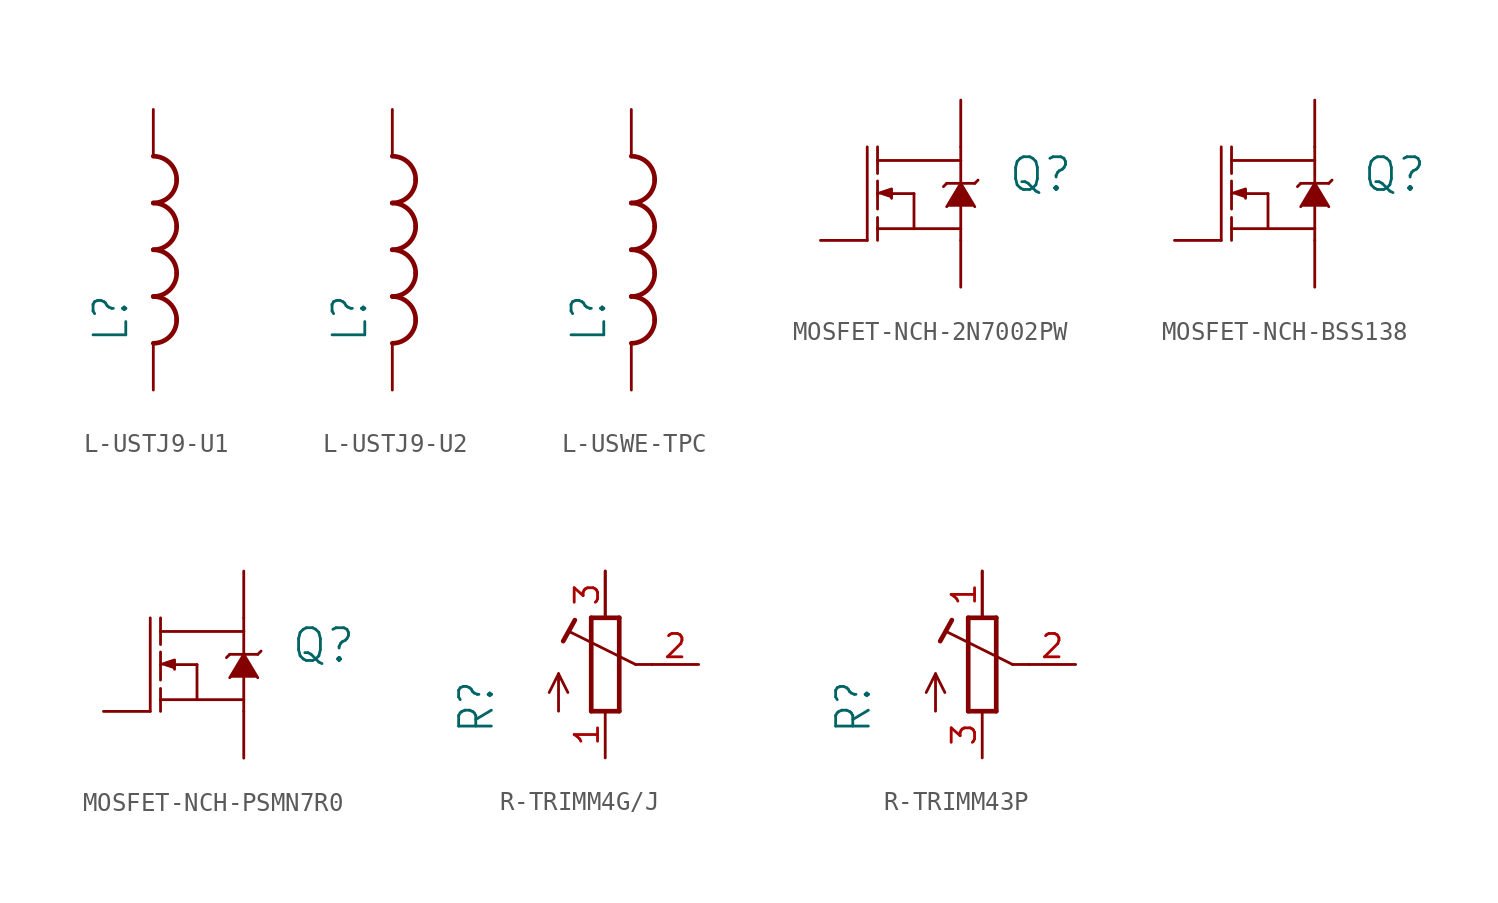
<source format=kicad_sym>
(kicad_symbol_lib
  (version 20231120)
  (generator "kicad_symbol_editor")
  (generator_version "8.0")
  (symbol "L-USTJ9-U1"
    (property "Reference" "L"
      (at -1.27 -5.08 90)
      (effects (font (size 1.778 1.511)) (justify left bottom)))
    (property "Value" ""
      (at 3.81 -5.08 90)
      (effects (font (size 1.778 1.511)) (justify left bottom)))
    (property "ki_locked" ""
      (at 0 0 0)
      (effects (font (size 1.27 1.27))))
    (symbol "L-USTJ9-U1_1_0"
      (arc (start 0 -5.08) (mid 0.898 -4.708) (end 1.27 -3.81) (stroke (width 0.254) (type solid)) (fill (type none)))
      (arc (start 0 -2.54) (mid 0.898 -2.168) (end 1.27 -1.27) (stroke (width 0.254) (type solid)) (fill (type none)))
      (arc (start 0 0) (mid 0.898 0.372) (end 1.27 1.27) (stroke (width 0.254) (type solid)) (fill (type none)))
      (arc (start 0 2.54) (mid 0.898 2.912) (end 1.27 3.81) (stroke (width 0.254) (type solid)) (fill (type none)))
      (arc (start 1.27 -3.81) (mid 0.898 -2.912) (end 0 -2.54) (stroke (width 0.254) (type solid)) (fill (type none)))
      (arc (start 1.27 -1.27) (mid 0.898 -0.372) (end 0 0) (stroke (width 0.254) (type solid)) (fill (type none)))
      (arc (start 1.27 1.27) (mid 0.898 2.168) (end 0 2.54) (stroke (width 0.254) (type solid)) (fill (type none)))
      (arc (start 1.27 3.81) (mid 0.898 4.708) (end 0 5.08) (stroke (width 0.254) (type solid)) (fill (type none)))
      (pin passive line (at 0 7.62 270) (length 2.54) (name "1" (effects (font (size 0 0)))) (number "1" (effects (font (size 0 0)))))
      (pin passive line (at 0 -7.62 90) (length 2.54) (name "2" (effects (font (size 0 0)))) (number "2" (effects (font (size 0 0)))))))
  (symbol "L-USTJ9-U2"
    (property "Reference" "L"
      (at -1.27 -5.08 90)
      (effects (font (size 1.778 1.511)) (justify left bottom)))
    (property "Value" ""
      (at 3.81 -5.08 90)
      (effects (font (size 1.778 1.511)) (justify left bottom)))
    (property "ki_locked" ""
      (at 0 0 0)
      (effects (font (size 1.27 1.27))))
    (symbol "L-USTJ9-U2_1_0"
      (arc (start 0 -5.08) (mid 0.898 -4.708) (end 1.27 -3.81) (stroke (width 0.254) (type solid)) (fill (type none)))
      (arc (start 0 -2.54) (mid 0.898 -2.168) (end 1.27 -1.27) (stroke (width 0.254) (type solid)) (fill (type none)))
      (arc (start 0 0) (mid 0.898 0.372) (end 1.27 1.27) (stroke (width 0.254) (type solid)) (fill (type none)))
      (arc (start 0 2.54) (mid 0.898 2.912) (end 1.27 3.81) (stroke (width 0.254) (type solid)) (fill (type none)))
      (arc (start 1.27 -3.81) (mid 0.898 -2.912) (end 0 -2.54) (stroke (width 0.254) (type solid)) (fill (type none)))
      (arc (start 1.27 -1.27) (mid 0.898 -0.372) (end 0 0) (stroke (width 0.254) (type solid)) (fill (type none)))
      (arc (start 1.27 1.27) (mid 0.898 2.168) (end 0 2.54) (stroke (width 0.254) (type solid)) (fill (type none)))
      (arc (start 1.27 3.81) (mid 0.898 4.708) (end 0 5.08) (stroke (width 0.254) (type solid)) (fill (type none)))
      (pin passive line (at 0 7.62 270) (length 2.54) (name "1" (effects (font (size 0 0)))) (number "1" (effects (font (size 0 0)))))
      (pin passive line (at 0 -7.62 90) (length 2.54) (name "2" (effects (font (size 0 0)))) (number "2" (effects (font (size 0 0)))))))
  (symbol "L-USWE-TPC"
    (property "Reference" "L"
      (at -1.27 -5.08 90)
      (effects (font (size 1.778 1.511)) (justify left bottom)))
    (property "Value" ""
      (at 3.81 -5.08 90)
      (effects (font (size 1.778 1.511)) (justify left bottom)))
    (property "ki_locked" ""
      (at 0 0 0)
      (effects (font (size 1.27 1.27))))
    (symbol "L-USWE-TPC_1_0"
      (arc (start 0 -5.08) (mid 0.898 -4.708) (end 1.27 -3.81) (stroke (width 0.254) (type solid)) (fill (type none)))
      (arc (start 0 -2.54) (mid 0.898 -2.168) (end 1.27 -1.27) (stroke (width 0.254) (type solid)) (fill (type none)))
      (arc (start 0 0) (mid 0.898 0.372) (end 1.27 1.27) (stroke (width 0.254) (type solid)) (fill (type none)))
      (arc (start 0 2.54) (mid 0.898 2.912) (end 1.27 3.81) (stroke (width 0.254) (type solid)) (fill (type none)))
      (arc (start 1.27 -3.81) (mid 0.898 -2.912) (end 0 -2.54) (stroke (width 0.254) (type solid)) (fill (type none)))
      (arc (start 1.27 -1.27) (mid 0.898 -0.372) (end 0 0) (stroke (width 0.254) (type solid)) (fill (type none)))
      (arc (start 1.27 1.27) (mid 0.898 2.168) (end 0 2.54) (stroke (width 0.254) (type solid)) (fill (type none)))
      (arc (start 1.27 3.81) (mid 0.898 4.708) (end 0 5.08) (stroke (width 0.254) (type solid)) (fill (type none)))
      (pin passive line (at 0 7.62 270) (length 2.54) (name "1" (effects (font (size 0 0)))) (number "1" (effects (font (size 0 0)))))
      (pin passive line (at 0 -7.62 90) (length 2.54) (name "2" (effects (font (size 0 0)))) (number "2" (effects (font (size 0 0)))))))
  (symbol "MOSFET-NCH-2N7002PW"
    (property "Reference" "Q"
      (at 5.08 0 0)
      (effects (font (size 1.778 1.778)) (justify left bottom)))
    (property "Value" ""
      (at 5.08 -2.54 0)
      (effects (font (size 1.778 1.778)) (justify left bottom)))
    (property "ki_locked" ""
      (at 0 0 0)
      (effects (font (size 1.27 1.27))))
    (symbol "MOSFET-NCH-2N7002PW_1_0"
      (polyline (pts (xy -2.54 -2.54) (xy -2.54 2.54)) (stroke (width 0.152) (type solid)) (fill (type none)))
      (polyline (pts (xy -1.981 -1.905) (xy -1.981 -2.54)) (stroke (width 0.152) (type solid)) (fill (type none)))
      (polyline (pts (xy -1.981 -1.905) (xy 0 -1.905)) (stroke (width 0.152) (type solid)) (fill (type none)))
      (polyline (pts (xy -1.981 -1.295) (xy -1.981 -1.905)) (stroke (width 0.152) (type solid)) (fill (type none)))
      (polyline (pts (xy -1.981 0.686) (xy -1.981 -0.838)) (stroke (width 0.152) (type solid)) (fill (type none)))
      (polyline (pts (xy -1.981 1.803) (xy -1.981 1.092)) (stroke (width 0.152) (type solid)) (fill (type none)))
      (polyline (pts (xy -1.981 1.803) (xy 2.54 1.803)) (stroke (width 0.152) (type solid)) (fill (type none)))
      (polyline (pts (xy -1.981 2.54) (xy -1.981 1.803)) (stroke (width 0.152) (type solid)) (fill (type none)))
      (polyline (pts (xy 0 -1.905) (xy 0 0)) (stroke (width 0.152) (type solid)) (fill (type none)))
      (polyline (pts (xy 0 0) (xy -1.219 0)) (stroke (width 0.152) (type solid)) (fill (type none)))
      (polyline (pts (xy 1.6 0.381) (xy 1.778 0.559)) (stroke (width 0.152) (type solid)) (fill (type none)))
      (polyline (pts (xy 2.54 -2.54) (xy 2.54 -1.905)) (stroke (width 0.152) (type solid)) (fill (type none)))
      (polyline (pts (xy 2.54 -1.905) (xy 0 -1.905)) (stroke (width 0.152) (type solid)) (fill (type none)))
      (polyline (pts (xy 2.54 -0.711) (xy 2.54 -1.905)) (stroke (width 0.152) (type solid)) (fill (type none)))
      (polyline (pts (xy 2.54 0.559) (xy 1.778 0.559)) (stroke (width 0.152) (type solid)) (fill (type none)))
      (polyline (pts (xy 2.54 0.559) (xy 3.302 0.559)) (stroke (width 0.152) (type solid)) (fill (type none)))
      (polyline (pts (xy 2.54 1.803) (xy 2.54 0.559)) (stroke (width 0.152) (type solid)) (fill (type none)))
      (polyline (pts (xy 2.54 2.54) (xy 2.54 1.803)) (stroke (width 0.152) (type solid)) (fill (type none)))
      (polyline (pts (xy 3.302 0.559) (xy 3.48 0.737)) (stroke (width 0.152) (type solid)) (fill (type none)))
      (polyline (pts (xy -1.981 0) (xy -1.219 0.254) (xy -1.219 -0.254)) (stroke (width 0.152) (type solid)) (fill (type outline)))
      (polyline (pts (xy 1.778 -0.711) (xy 2.54 0.559) (xy 3.302 -0.711)) (stroke (width 0.152) (type solid)) (fill (type outline)))
      (pin bidirectional line (at -5.08 -2.54 0) (length 2.54) (name "G" (effects (font (size 0 0)))) (number "1" (effects (font (size 0 0)))))
      (pin bidirectional line (at 2.54 -5.08 90) (length 2.54) (name "S" (effects (font (size 0 0)))) (number "2" (effects (font (size 0 0)))))
      (pin bidirectional line (at 2.54 5.08 270) (length 2.54) (name "D" (effects (font (size 0 0)))) (number "3" (effects (font (size 0 0)))))))
  (symbol "MOSFET-NCH-BSS138"
    (property "Reference" "Q"
      (at 5.08 0 0)
      (effects (font (size 1.778 1.778)) (justify left bottom)))
    (property "Value" ""
      (at 5.08 -2.54 0)
      (effects (font (size 1.778 1.778)) (justify left bottom)))
    (property "ki_locked" ""
      (at 0 0 0)
      (effects (font (size 1.27 1.27))))
    (symbol "MOSFET-NCH-BSS138_1_0"
      (polyline (pts (xy -2.54 -2.54) (xy -2.54 2.54)) (stroke (width 0.152) (type solid)) (fill (type none)))
      (polyline (pts (xy -1.981 -1.905) (xy -1.981 -2.54)) (stroke (width 0.152) (type solid)) (fill (type none)))
      (polyline (pts (xy -1.981 -1.905) (xy 0 -1.905)) (stroke (width 0.152) (type solid)) (fill (type none)))
      (polyline (pts (xy -1.981 -1.295) (xy -1.981 -1.905)) (stroke (width 0.152) (type solid)) (fill (type none)))
      (polyline (pts (xy -1.981 0.686) (xy -1.981 -0.838)) (stroke (width 0.152) (type solid)) (fill (type none)))
      (polyline (pts (xy -1.981 1.803) (xy -1.981 1.092)) (stroke (width 0.152) (type solid)) (fill (type none)))
      (polyline (pts (xy -1.981 1.803) (xy 2.54 1.803)) (stroke (width 0.152) (type solid)) (fill (type none)))
      (polyline (pts (xy -1.981 2.54) (xy -1.981 1.803)) (stroke (width 0.152) (type solid)) (fill (type none)))
      (polyline (pts (xy 0 -1.905) (xy 0 0)) (stroke (width 0.152) (type solid)) (fill (type none)))
      (polyline (pts (xy 0 0) (xy -1.219 0)) (stroke (width 0.152) (type solid)) (fill (type none)))
      (polyline (pts (xy 1.6 0.381) (xy 1.778 0.559)) (stroke (width 0.152) (type solid)) (fill (type none)))
      (polyline (pts (xy 2.54 -2.54) (xy 2.54 -1.905)) (stroke (width 0.152) (type solid)) (fill (type none)))
      (polyline (pts (xy 2.54 -1.905) (xy 0 -1.905)) (stroke (width 0.152) (type solid)) (fill (type none)))
      (polyline (pts (xy 2.54 -0.711) (xy 2.54 -1.905)) (stroke (width 0.152) (type solid)) (fill (type none)))
      (polyline (pts (xy 2.54 0.559) (xy 1.778 0.559)) (stroke (width 0.152) (type solid)) (fill (type none)))
      (polyline (pts (xy 2.54 0.559) (xy 3.302 0.559)) (stroke (width 0.152) (type solid)) (fill (type none)))
      (polyline (pts (xy 2.54 1.803) (xy 2.54 0.559)) (stroke (width 0.152) (type solid)) (fill (type none)))
      (polyline (pts (xy 2.54 2.54) (xy 2.54 1.803)) (stroke (width 0.152) (type solid)) (fill (type none)))
      (polyline (pts (xy 3.302 0.559) (xy 3.48 0.737)) (stroke (width 0.152) (type solid)) (fill (type none)))
      (polyline (pts (xy -1.981 0) (xy -1.219 0.254) (xy -1.219 -0.254)) (stroke (width 0.152) (type solid)) (fill (type outline)))
      (polyline (pts (xy 1.778 -0.711) (xy 2.54 0.559) (xy 3.302 -0.711)) (stroke (width 0.152) (type solid)) (fill (type outline)))
      (pin bidirectional line (at -5.08 -2.54 0) (length 2.54) (name "G" (effects (font (size 0 0)))) (number "1" (effects (font (size 0 0)))))
      (pin bidirectional line (at 2.54 -5.08 90) (length 2.54) (name "S" (effects (font (size 0 0)))) (number "2" (effects (font (size 0 0)))))
      (pin bidirectional line (at 2.54 5.08 270) (length 2.54) (name "D" (effects (font (size 0 0)))) (number "3" (effects (font (size 0 0)))))))
  (symbol "MOSFET-NCH-PSMN7R0"
    (property "Reference" "Q"
      (at 5.08 0 0)
      (effects (font (size 1.778 1.778)) (justify left bottom)))
    (property "Value" ""
      (at 5.08 -2.54 0)
      (effects (font (size 1.778 1.778)) (justify left bottom)))
    (property "ki_locked" ""
      (at 0 0 0)
      (effects (font (size 1.27 1.27))))
    (symbol "MOSFET-NCH-PSMN7R0_1_0"
      (polyline (pts (xy -2.54 -2.54) (xy -2.54 2.54)) (stroke (width 0.152) (type solid)) (fill (type none)))
      (polyline (pts (xy -1.981 -1.905) (xy -1.981 -2.54)) (stroke (width 0.152) (type solid)) (fill (type none)))
      (polyline (pts (xy -1.981 -1.905) (xy 0 -1.905)) (stroke (width 0.152) (type solid)) (fill (type none)))
      (polyline (pts (xy -1.981 -1.295) (xy -1.981 -1.905)) (stroke (width 0.152) (type solid)) (fill (type none)))
      (polyline (pts (xy -1.981 0.686) (xy -1.981 -0.838)) (stroke (width 0.152) (type solid)) (fill (type none)))
      (polyline (pts (xy -1.981 1.803) (xy -1.981 1.092)) (stroke (width 0.152) (type solid)) (fill (type none)))
      (polyline (pts (xy -1.981 1.803) (xy 2.54 1.803)) (stroke (width 0.152) (type solid)) (fill (type none)))
      (polyline (pts (xy -1.981 2.54) (xy -1.981 1.803)) (stroke (width 0.152) (type solid)) (fill (type none)))
      (polyline (pts (xy 0 -1.905) (xy 0 0)) (stroke (width 0.152) (type solid)) (fill (type none)))
      (polyline (pts (xy 0 0) (xy -1.219 0)) (stroke (width 0.152) (type solid)) (fill (type none)))
      (polyline (pts (xy 1.6 0.381) (xy 1.778 0.559)) (stroke (width 0.152) (type solid)) (fill (type none)))
      (polyline (pts (xy 2.54 -2.54) (xy 2.54 -1.905)) (stroke (width 0.152) (type solid)) (fill (type none)))
      (polyline (pts (xy 2.54 -1.905) (xy 0 -1.905)) (stroke (width 0.152) (type solid)) (fill (type none)))
      (polyline (pts (xy 2.54 -0.711) (xy 2.54 -1.905)) (stroke (width 0.152) (type solid)) (fill (type none)))
      (polyline (pts (xy 2.54 0.559) (xy 1.778 0.559)) (stroke (width 0.152) (type solid)) (fill (type none)))
      (polyline (pts (xy 2.54 0.559) (xy 3.302 0.559)) (stroke (width 0.152) (type solid)) (fill (type none)))
      (polyline (pts (xy 2.54 1.803) (xy 2.54 0.559)) (stroke (width 0.152) (type solid)) (fill (type none)))
      (polyline (pts (xy 2.54 2.54) (xy 2.54 1.803)) (stroke (width 0.152) (type solid)) (fill (type none)))
      (polyline (pts (xy 3.302 0.559) (xy 3.48 0.737)) (stroke (width 0.152) (type solid)) (fill (type none)))
      (polyline (pts (xy -1.981 0) (xy -1.219 0.254) (xy -1.219 -0.254)) (stroke (width 0.152) (type solid)) (fill (type outline)))
      (polyline (pts (xy 1.778 -0.711) (xy 2.54 0.559) (xy 3.302 -0.711)) (stroke (width 0.152) (type solid)) (fill (type outline)))
      (pin bidirectional line (at -5.08 -2.54 0) (length 2.54) (name "G" (effects (font (size 0 0)))) (number "1" (effects (font (size 0 0)))))
      (pin bidirectional line (at 2.54 5.08 270) (length 2.54) (name "D" (effects (font (size 0 0)))) (number "2" (effects (font (size 0 0)))))
      (pin bidirectional line (at 2.54 -5.08 90) (length 2.54) (name "S" (effects (font (size 0 0)))) (number "3" (effects (font (size 0 0)))))))
  (symbol "R-TRIMM4G/J"
    (property "Reference" "R"
      (at -5.969 -3.81 90)
      (effects (font (size 1.778 1.511)) (justify left bottom)))
    (property "Value" ""
      (at -3.81 -3.81 90)
      (effects (font (size 1.778 1.511)) (justify left bottom)))
    (property "ki_locked" ""
      (at 0 0 0)
      (effects (font (size 1.27 1.27))))
    (symbol "R-TRIMM4G/J_1_0"
      (polyline (pts (xy -2.54 -2.54) (xy -2.54 -0.508)) (stroke (width 0.152) (type solid)) (fill (type none)))
      (polyline (pts (xy -2.54 -0.508) (xy -3.048 -1.524)) (stroke (width 0.152) (type solid)) (fill (type none)))
      (polyline (pts (xy -2.54 -0.508) (xy -2.032 -1.524)) (stroke (width 0.152) (type solid)) (fill (type none)))
      (polyline (pts (xy -2.286 1.27) (xy -1.651 2.413)) (stroke (width 0.254) (type solid)) (fill (type none)))
      (polyline (pts (xy -0.762 -2.54) (xy 0.762 -2.54)) (stroke (width 0.254) (type solid)) (fill (type none)))
      (polyline (pts (xy -0.762 2.54) (xy -0.762 -2.54)) (stroke (width 0.254) (type solid)) (fill (type none)))
      (polyline (pts (xy 0 2.54) (xy -0.762 2.54)) (stroke (width 0.254) (type solid)) (fill (type none)))
      (polyline (pts (xy 0 2.54) (xy 0 5.08)) (stroke (width 0.152) (type solid)) (fill (type none)))
      (polyline (pts (xy 0.762 -2.54) (xy 0.762 2.54)) (stroke (width 0.254) (type solid)) (fill (type none)))
      (polyline (pts (xy 0.762 2.54) (xy 0 2.54)) (stroke (width 0.254) (type solid)) (fill (type none)))
      (polyline (pts (xy 1.651 0) (xy -1.88 1.753)) (stroke (width 0.152) (type solid)) (fill (type none)))
      (polyline (pts (xy 2.54 0) (xy 1.651 0)) (stroke (width 0.152) (type solid)) (fill (type none)))
      (pin passive line (at 0 -5.08 90) (length 2.54) (name "A" (effects (font (size 0 0)))) (number "1" (effects (font (size 1.27 1.27)))))
      (pin passive line (at 5.08 0 180) (length 2.54) (name "S" (effects (font (size 0 0)))) (number "2" (effects (font (size 1.27 1.27)))))
      (pin passive line (at 0 5.08 270) (length 2.54) (name "E" (effects (font (size 0 0)))) (number "3" (effects (font (size 1.27 1.27)))))))
  (symbol "R-TRIMM43P"
    (property "Reference" "R"
      (at -5.969 -3.81 90)
      (effects (font (size 1.778 1.511)) (justify left bottom)))
    (property "Value" ""
      (at -3.81 -3.81 90)
      (effects (font (size 1.778 1.511)) (justify left bottom)))
    (property "ki_locked" ""
      (at 0 0 0)
      (effects (font (size 1.27 1.27))))
    (symbol "R-TRIMM43P_1_0"
      (polyline (pts (xy -2.54 -2.54) (xy -2.54 -0.508)) (stroke (width 0.152) (type solid)) (fill (type none)))
      (polyline (pts (xy -2.54 -0.508) (xy -3.048 -1.524)) (stroke (width 0.152) (type solid)) (fill (type none)))
      (polyline (pts (xy -2.54 -0.508) (xy -2.032 -1.524)) (stroke (width 0.152) (type solid)) (fill (type none)))
      (polyline (pts (xy -2.286 1.27) (xy -1.651 2.413)) (stroke (width 0.254) (type solid)) (fill (type none)))
      (polyline (pts (xy -0.762 -2.54) (xy 0.762 -2.54)) (stroke (width 0.254) (type solid)) (fill (type none)))
      (polyline (pts (xy -0.762 2.54) (xy -0.762 -2.54)) (stroke (width 0.254) (type solid)) (fill (type none)))
      (polyline (pts (xy 0 2.54) (xy -0.762 2.54)) (stroke (width 0.254) (type solid)) (fill (type none)))
      (polyline (pts (xy 0 2.54) (xy 0 5.08)) (stroke (width 0.152) (type solid)) (fill (type none)))
      (polyline (pts (xy 0.762 -2.54) (xy 0.762 2.54)) (stroke (width 0.254) (type solid)) (fill (type none)))
      (polyline (pts (xy 0.762 2.54) (xy 0 2.54)) (stroke (width 0.254) (type solid)) (fill (type none)))
      (polyline (pts (xy 1.651 0) (xy -1.88 1.753)) (stroke (width 0.152) (type solid)) (fill (type none)))
      (polyline (pts (xy 2.54 0) (xy 1.651 0)) (stroke (width 0.152) (type solid)) (fill (type none)))
      (pin passive line (at 0 5.08 270) (length 2.54) (name "E" (effects (font (size 0 0)))) (number "1" (effects (font (size 1.27 1.27)))))
      (pin passive line (at 5.08 0 180) (length 2.54) (name "S" (effects (font (size 0 0)))) (number "2" (effects (font (size 1.27 1.27)))))
      (pin passive line (at 0 -5.08 90) (length 2.54) (name "A" (effects (font (size 0 0)))) (number "3" (effects (font (size 1.27 1.27))))))))
</source>
